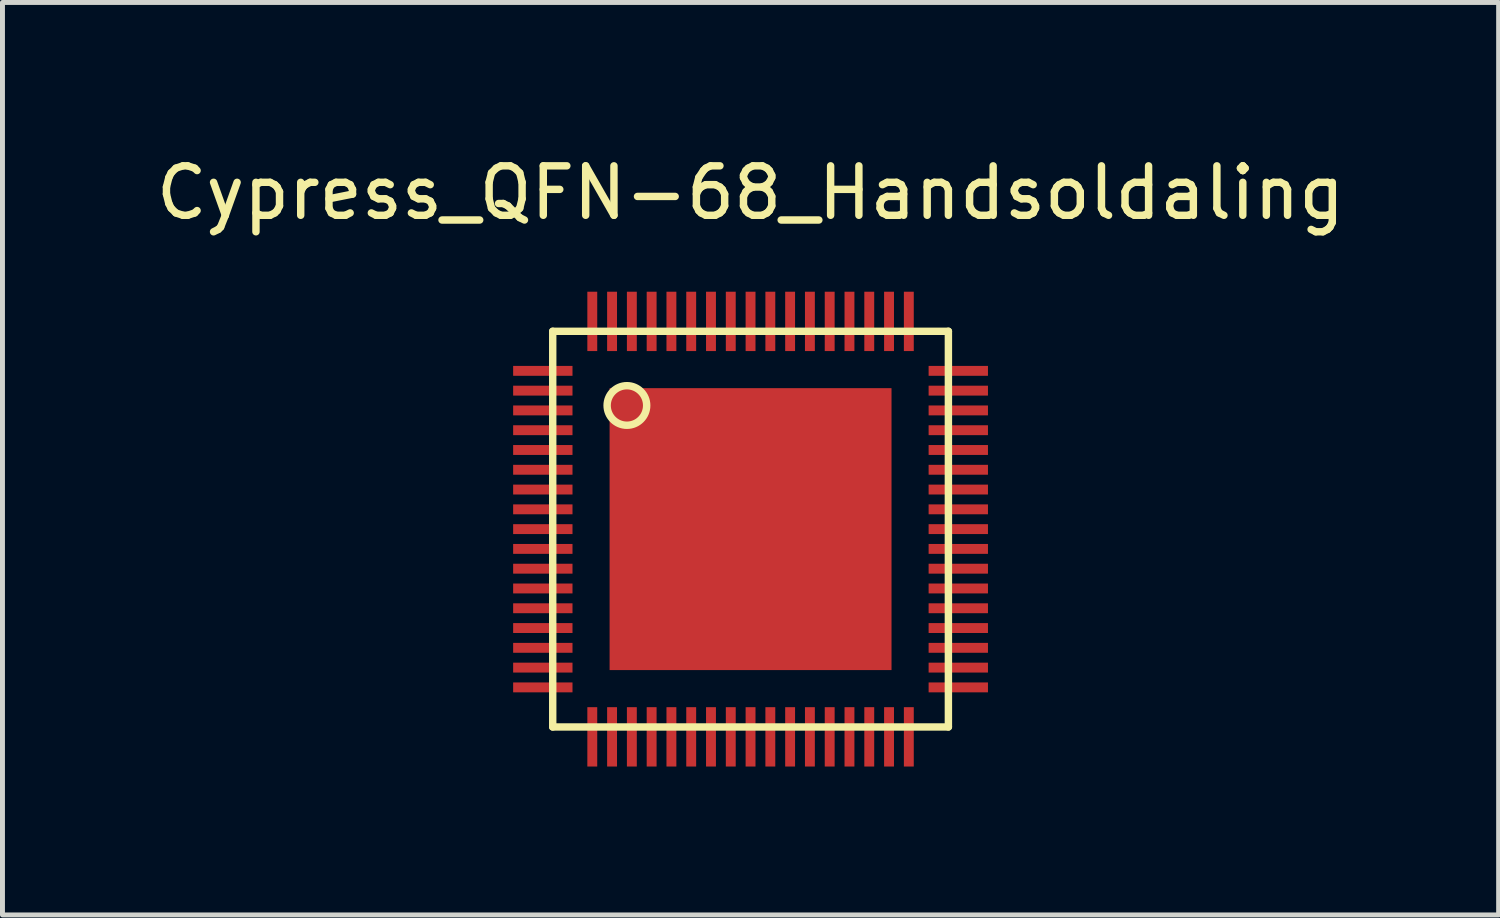
<source format=kicad_pcb>
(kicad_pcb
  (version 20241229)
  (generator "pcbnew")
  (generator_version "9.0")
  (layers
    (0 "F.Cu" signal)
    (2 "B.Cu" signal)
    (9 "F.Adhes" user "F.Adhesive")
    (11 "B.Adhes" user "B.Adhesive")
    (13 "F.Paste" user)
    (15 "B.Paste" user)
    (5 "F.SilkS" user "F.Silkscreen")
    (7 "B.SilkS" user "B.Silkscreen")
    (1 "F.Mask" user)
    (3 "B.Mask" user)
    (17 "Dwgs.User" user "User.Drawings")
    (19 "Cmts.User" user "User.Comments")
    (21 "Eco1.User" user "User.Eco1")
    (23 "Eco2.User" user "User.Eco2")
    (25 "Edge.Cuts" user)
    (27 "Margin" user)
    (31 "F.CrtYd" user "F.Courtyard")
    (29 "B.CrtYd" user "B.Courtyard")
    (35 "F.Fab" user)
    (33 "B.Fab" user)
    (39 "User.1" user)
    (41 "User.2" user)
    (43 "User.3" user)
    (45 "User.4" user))
  (footprint "Cypress_QFN-68_Handsoldaling"
    (layer "F.Cu")
    (at 12.125 7.648)
    (property "Reference" "Cypress_QFN-68_Handsoldaling" (at 0 -6.8 0) (layer "F.SilkS") (effects (font (size 1 1) (thickness 0.15))))
    (attr through_hole)
    (fp_line (start -4 -4) (end -4 4) (stroke (width 0.15) (type solid)) (layer "F.SilkS"))
    (fp_line (start -4 4) (end 4 4) (stroke (width 0.15) (type solid)) (layer "F.SilkS"))
    (fp_line (start 4 -4) (end -4 -4) (stroke (width 0.15) (type solid)) (layer "F.SilkS"))
    (fp_line (start 4 4) (end 4 -4) (stroke (width 0.15) (type solid)) (layer "F.SilkS"))
    (fp_circle (center -2.5 -2.5) (end -2.1 -2.5) (stroke (width 0.15) (type solid)) (fill no) (layer "F.SilkS"))
    (pad "1" smd rect (at -4.2 -3.2) (size 1.2 0.2) (layers "F.Cu" "F.Mask" "F.Paste"))
    (pad "2" smd rect (at -4.2 -2.8) (size 1.2 0.2) (layers "F.Cu" "F.Mask" "F.Paste"))
    (pad "3" smd rect (at -4.2 -2.4) (size 1.2 0.2) (layers "F.Cu" "F.Mask" "F.Paste"))
    (pad "4" smd rect (at -4.2 -2) (size 1.2 0.2) (layers "F.Cu" "F.Mask" "F.Paste"))
    (pad "5" smd rect (at -4.2 -1.6) (size 1.2 0.2) (layers "F.Cu" "F.Mask" "F.Paste"))
    (pad "6" smd rect (at -4.2 -1.2) (size 1.2 0.2) (layers "F.Cu" "F.Mask" "F.Paste"))
    (pad "7" smd rect (at -4.2 -0.8) (size 1.2 0.2) (layers "F.Cu" "F.Mask" "F.Paste"))
    (pad "8" smd rect (at -4.2 -0.4) (size 1.2 0.2) (layers "F.Cu" "F.Mask" "F.Paste"))
    (pad "9" smd rect (at -4.2 0) (size 1.2 0.2) (layers "F.Cu" "F.Mask" "F.Paste"))
    (pad "10" smd rect (at -4.2 0.4) (size 1.2 0.2) (layers "F.Cu" "F.Mask" "F.Paste"))
    (pad "11" smd rect (at -4.2 0.8) (size 1.2 0.2) (layers "F.Cu" "F.Mask" "F.Paste"))
    (pad "12" smd rect (at -4.2 1.2) (size 1.2 0.2) (layers "F.Cu" "F.Mask" "F.Paste"))
    (pad "13" smd rect (at -4.2 1.6) (size 1.2 0.2) (layers "F.Cu" "F.Mask" "F.Paste"))
    (pad "14" smd rect (at -4.2 2) (size 1.2 0.2) (layers "F.Cu" "F.Mask" "F.Paste"))
    (pad "15" smd rect (at -4.2 2.4) (size 1.2 0.2) (layers "F.Cu" "F.Mask" "F.Paste"))
    (pad "16" smd rect (at -4.2 2.8) (size 1.2 0.2) (layers "F.Cu" "F.Mask" "F.Paste"))
    (pad "17" smd rect (at -4.2 3.2) (size 1.2 0.2) (layers "F.Cu" "F.Mask" "F.Paste"))
    (pad "18" smd rect (at -3.2 4.2 90) (size 1.2 0.2) (layers "F.Cu" "F.Mask" "F.Paste"))
    (pad "19" smd rect (at -2.8 4.2 90) (size 1.2 0.2) (layers "F.Cu" "F.Mask" "F.Paste"))
    (pad "20" smd rect (at -2.4 4.2 90) (size 1.2 0.2) (layers "F.Cu" "F.Mask" "F.Paste"))
    (pad "21" smd rect (at -2 4.2 90) (size 1.2 0.2) (layers "F.Cu" "F.Mask" "F.Paste"))
    (pad "22" smd rect (at -1.6 4.2 90) (size 1.2 0.2) (layers "F.Cu" "F.Mask" "F.Paste"))
    (pad "23" smd rect (at -1.2 4.2 90) (size 1.2 0.2) (layers "F.Cu" "F.Mask" "F.Paste"))
    (pad "24" smd rect (at -0.8 4.2 90) (size 1.2 0.2) (layers "F.Cu" "F.Mask" "F.Paste"))
    (pad "25" smd rect (at -0.4 4.2 90) (size 1.2 0.2) (layers "F.Cu" "F.Mask" "F.Paste"))
    (pad "26" smd rect (at 0 4.2 90) (size 1.2 0.2) (layers "F.Cu" "F.Mask" "F.Paste"))
    (pad "27" smd rect (at 0.4 4.2 90) (size 1.2 0.2) (layers "F.Cu" "F.Mask" "F.Paste"))
    (pad "28" smd rect (at 0.8 4.2 90) (size 1.2 0.2) (layers "F.Cu" "F.Mask" "F.Paste"))
    (pad "29" smd rect (at 1.2 4.2 90) (size 1.2 0.2) (layers "F.Cu" "F.Mask" "F.Paste"))
    (pad "30" smd rect (at 1.6 4.2 90) (size 1.2 0.2) (layers "F.Cu" "F.Mask" "F.Paste"))
    (pad "31" smd rect (at 2 4.2 90) (size 1.2 0.2) (layers "F.Cu" "F.Mask" "F.Paste"))
    (pad "32" smd rect (at 2.4 4.2 90) (size 1.2 0.2) (layers "F.Cu" "F.Mask" "F.Paste"))
    (pad "33" smd rect (at 2.8 4.2 90) (size 1.2 0.2) (layers "F.Cu" "F.Mask" "F.Paste"))
    (pad "34" smd rect (at 3.2 4.2 90) (size 1.2 0.2) (layers "F.Cu" "F.Mask" "F.Paste"))
    (pad "35" smd rect (at 4.2 3.2) (size 1.2 0.2) (layers "F.Cu" "F.Mask" "F.Paste"))
    (pad "36" smd rect (at 4.2 2.8) (size 1.2 0.2) (layers "F.Cu" "F.Mask" "F.Paste"))
    (pad "37" smd rect (at 4.2 2.4) (size 1.2 0.2) (layers "F.Cu" "F.Mask" "F.Paste"))
    (pad "38" smd rect (at 4.2 2) (size 1.2 0.2) (layers "F.Cu" "F.Mask" "F.Paste"))
    (pad "39" smd rect (at 4.2 1.6) (size 1.2 0.2) (layers "F.Cu" "F.Mask" "F.Paste"))
    (pad "40" smd rect (at 4.2 1.2) (size 1.2 0.2) (layers "F.Cu" "F.Mask" "F.Paste"))
    (pad "41" smd rect (at 4.2 0.8) (size 1.2 0.2) (layers "F.Cu" "F.Mask" "F.Paste"))
    (pad "42" smd rect (at 4.2 0.4) (size 1.2 0.2) (layers "F.Cu" "F.Mask" "F.Paste"))
    (pad "43" smd rect (at 4.2 0) (size 1.2 0.2) (layers "F.Cu" "F.Mask" "F.Paste"))
    (pad "44" smd rect (at 4.2 -0.4) (size 1.2 0.2) (layers "F.Cu" "F.Mask" "F.Paste"))
    (pad "45" smd rect (at 4.2 -0.8) (size 1.2 0.2) (layers "F.Cu" "F.Mask" "F.Paste"))
    (pad "46" smd rect (at 4.2 -1.2) (size 1.2 0.2) (layers "F.Cu" "F.Mask" "F.Paste"))
    (pad "47" smd rect (at 4.2 -1.6) (size 1.2 0.2) (layers "F.Cu" "F.Mask" "F.Paste"))
    (pad "48" smd rect (at 4.2 -2) (size 1.2 0.2) (layers "F.Cu" "F.Mask" "F.Paste"))
    (pad "49" smd rect (at 4.2 -2.4) (size 1.2 0.2) (layers "F.Cu" "F.Mask" "F.Paste"))
    (pad "50" smd rect (at 4.2 -2.8) (size 1.2 0.2) (layers "F.Cu" "F.Mask" "F.Paste"))
    (pad "51" smd rect (at 4.2 -3.2) (size 1.2 0.2) (layers "F.Cu" "F.Mask" "F.Paste"))
    (pad "52" smd rect (at 3.2 -4.2 90) (size 1.2 0.2) (layers "F.Cu" "F.Mask" "F.Paste"))
    (pad "53" smd rect (at 2.8 -4.2 90) (size 1.2 0.2) (layers "F.Cu" "F.Mask" "F.Paste"))
    (pad "54" smd rect (at 2.4 -4.2 90) (size 1.2 0.2) (layers "F.Cu" "F.Mask" "F.Paste"))
    (pad "55" smd rect (at 2 -4.2 90) (size 1.2 0.2) (layers "F.Cu" "F.Mask" "F.Paste"))
    (pad "56" smd rect (at 1.6 -4.2 90) (size 1.2 0.2) (layers "F.Cu" "F.Mask" "F.Paste"))
    (pad "57" smd rect (at 1.2 -4.2 90) (size 1.2 0.2) (layers "F.Cu" "F.Mask" "F.Paste"))
    (pad "58" smd rect (at 0.8 -4.2 90) (size 1.2 0.2) (layers "F.Cu" "F.Mask" "F.Paste"))
    (pad "59" smd rect (at 0.4 -4.2 90) (size 1.2 0.2) (layers "F.Cu" "F.Mask" "F.Paste"))
    (pad "60" smd rect (at 0 -4.2 90) (size 1.2 0.2) (layers "F.Cu" "F.Mask" "F.Paste"))
    (pad "61" smd rect (at -0.4 -4.2 90) (size 1.2 0.2) (layers "F.Cu" "F.Mask" "F.Paste"))
    (pad "62" smd rect (at -0.8 -4.2 90) (size 1.2 0.2) (layers "F.Cu" "F.Mask" "F.Paste"))
    (pad "63" smd rect (at -1.2 -4.2 90) (size 1.2 0.2) (layers "F.Cu" "F.Mask" "F.Paste"))
    (pad "64" smd rect (at -1.6 -4.2 90) (size 1.2 0.2) (layers "F.Cu" "F.Mask" "F.Paste"))
    (pad "65" smd rect (at -2 -4.2 90) (size 1.2 0.2) (layers "F.Cu" "F.Mask" "F.Paste"))
    (pad "66" smd rect (at -2.4 -4.2 90) (size 1.2 0.2) (layers "F.Cu" "F.Mask" "F.Paste"))
    (pad "67" smd rect (at -2.8 -4.2 90) (size 1.2 0.2) (layers "F.Cu" "F.Mask" "F.Paste"))
    (pad "68" smd rect (at -3.2 -4.2 90) (size 1.2 0.2) (layers "F.Cu" "F.Mask" "F.Paste"))
    (pad "69" smd rect (at 0 0) (size 5.7 5.7) (layers "F.Cu" "F.Mask" "F.Paste")))
  (gr_rect
    (start -3 -3)
    (end 27.25 15.448)
    (stroke (width 0.1) (type default))
    (fill no)
    (layer "Edge.Cuts")))
</source>
